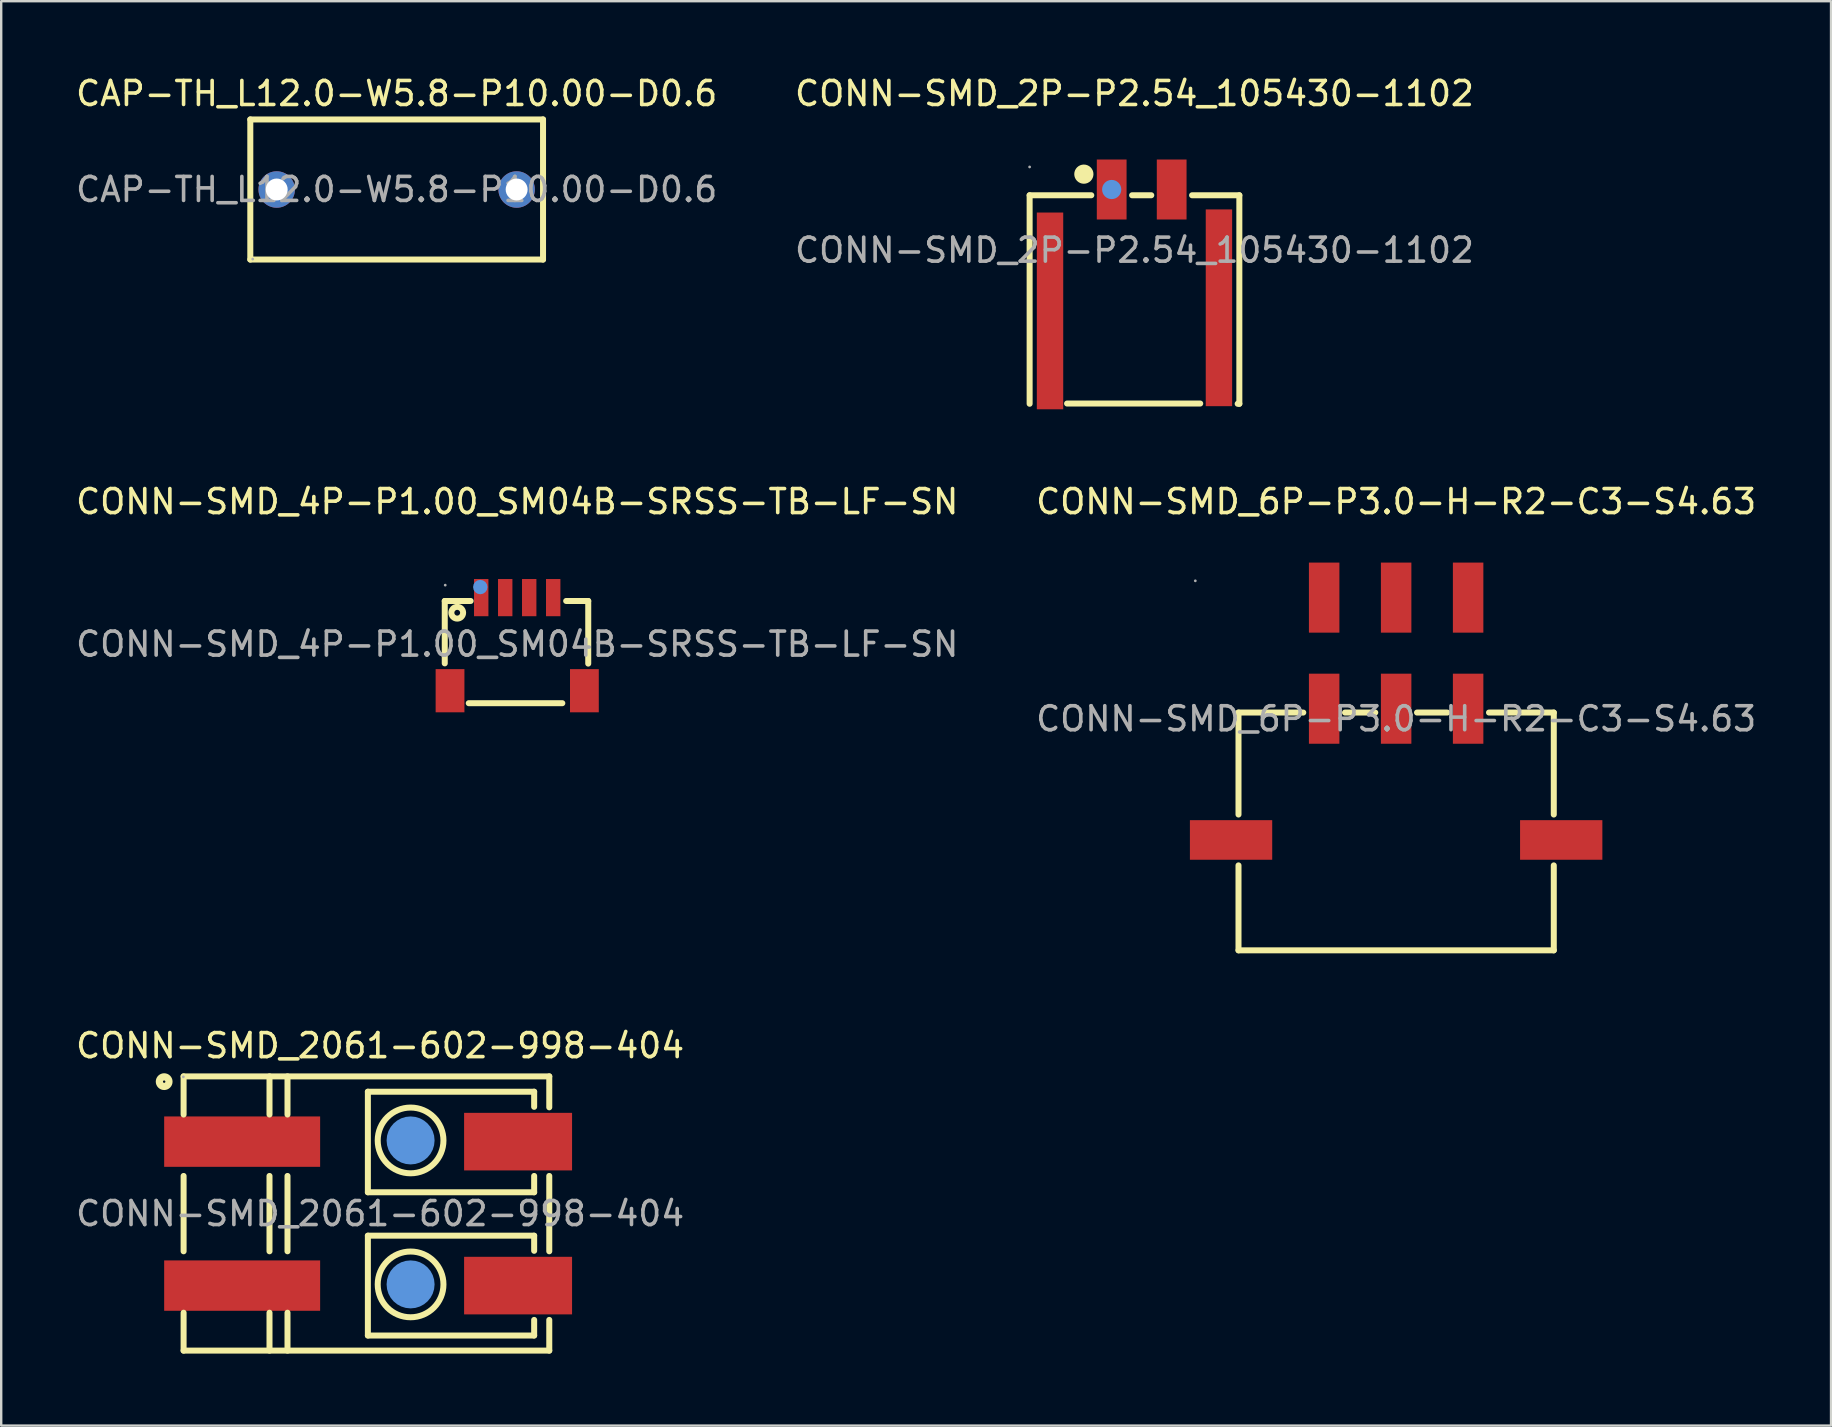
<source format=kicad_pcb>
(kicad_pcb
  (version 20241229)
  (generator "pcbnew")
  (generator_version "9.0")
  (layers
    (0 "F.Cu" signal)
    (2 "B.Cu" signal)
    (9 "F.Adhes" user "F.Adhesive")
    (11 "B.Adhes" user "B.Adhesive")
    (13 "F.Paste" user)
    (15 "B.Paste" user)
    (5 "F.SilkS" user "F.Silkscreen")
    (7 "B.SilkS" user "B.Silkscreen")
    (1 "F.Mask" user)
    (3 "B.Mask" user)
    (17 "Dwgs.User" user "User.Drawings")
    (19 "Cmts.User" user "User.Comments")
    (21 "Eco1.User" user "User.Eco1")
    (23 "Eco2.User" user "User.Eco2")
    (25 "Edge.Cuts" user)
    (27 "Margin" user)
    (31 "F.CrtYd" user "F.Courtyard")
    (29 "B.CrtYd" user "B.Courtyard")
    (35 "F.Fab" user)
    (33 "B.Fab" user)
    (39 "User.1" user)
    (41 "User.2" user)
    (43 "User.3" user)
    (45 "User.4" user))
  (footprint "CONN-SMD_2061-602-998-404"
    (layer "F.Cu")
    (at 12.792 47.53)
    (property "Reference" "CONN-SMD_2061-602-998-404" (at 0 -7 0) (layer "F.SilkS") (effects (font (size 1 1) (thickness 0.15))))
    (attr smd)
    (fp_line (start -8.19 -5.72) (end 7.05 -5.72) (stroke (width 0.25) (type solid)) (layer "F.SilkS"))
    (fp_line (start -8.19 -4.13) (end -8.19 -5.72) (stroke (width 0.25) (type solid)) (layer "F.SilkS"))
    (fp_line (start -8.19 1.57) (end -8.19 -1.57) (stroke (width 0.25) (type solid)) (layer "F.SilkS"))
    (fp_line (start -8.19 5.71) (end -8.19 4.13) (stroke (width 0.25) (type solid)) (layer "F.SilkS"))
    (fp_line (start -4.61 -5.72) (end -4.61 -4.13) (stroke (width 0.25) (type solid)) (layer "F.SilkS"))
    (fp_line (start -4.61 -1.57) (end -4.61 1.57) (stroke (width 0.25) (type solid)) (layer "F.SilkS"))
    (fp_line (start -4.61 4.13) (end -4.61 5.71) (stroke (width 0.25) (type solid)) (layer "F.SilkS"))
    (fp_line (start -3.86 -5.72) (end -3.86 -4.13) (stroke (width 0.25) (type solid)) (layer "F.SilkS"))
    (fp_line (start -3.86 -1.57) (end -3.86 1.57) (stroke (width 0.25) (type solid)) (layer "F.SilkS"))
    (fp_line (start -3.86 4.13) (end -3.86 5.71) (stroke (width 0.25) (type solid)) (layer "F.SilkS"))
    (fp_line (start -0.51 -5.08) (end -0.51 -0.89) (stroke (width 0.25) (type solid)) (layer "F.SilkS"))
    (fp_line (start -0.51 -0.89) (end 6.42 -0.89) (stroke (width 0.25) (type solid)) (layer "F.SilkS"))
    (fp_line (start -0.51 0.92) (end -0.51 5.08) (stroke (width 0.25) (type solid)) (layer "F.SilkS"))
    (fp_line (start -0.51 5.08) (end 6.42 5.08) (stroke (width 0.25) (type solid)) (layer "F.SilkS"))
    (fp_line (start 6.42 -5.08) (end -0.51 -5.08) (stroke (width 0.25) (type solid)) (layer "F.SilkS"))
    (fp_line (start 6.42 -4.45) (end 6.42 -5.08) (stroke (width 0.25) (type solid)) (layer "F.SilkS"))
    (fp_line (start 6.42 -0.89) (end 6.42 -1.57) (stroke (width 0.25) (type solid)) (layer "F.SilkS"))
    (fp_line (start 6.42 0.92) (end -0.51 0.92) (stroke (width 0.25) (type solid)) (layer "F.SilkS"))
    (fp_line (start 6.42 1.55) (end 6.42 0.92) (stroke (width 0.25) (type solid)) (layer "F.SilkS"))
    (fp_line (start 6.42 5.08) (end 6.42 4.43) (stroke (width 0.25) (type solid)) (layer "F.SilkS"))
    (fp_line (start 7.05 -5.72) (end 7.05 -4.43) (stroke (width 0.25) (type solid)) (layer "F.SilkS"))
    (fp_line (start 7.05 -1.57) (end 7.05 1.57) (stroke (width 0.25) (type solid)) (layer "F.SilkS"))
    (fp_line (start 7.05 4.43) (end 7.05 5.71) (stroke (width 0.25) (type solid)) (layer "F.SilkS"))
    (fp_line (start 7.05 5.71) (end -8.19 5.71) (stroke (width 0.25) (type solid)) (layer "F.SilkS"))
    (fp_circle (center -9 -5.5) (end -8.8 -5.5) (stroke (width 0.3) (type solid)) (fill no) (layer "F.SilkS"))
    (fp_circle (center 1.27 -3.05) (end 2.64 -3.05) (stroke (width 0.25) (type solid)) (fill no) (layer "F.SilkS"))
    (fp_circle (center 1.27 2.95) (end 2.64 2.95) (stroke (width 0.25) (type solid)) (fill no) (layer "F.SilkS"))
    (fp_circle (center 1.27 -3.05) (end 1.77 -3.05) (stroke (width 1) (type solid)) (fill no) (layer "Cmts.User"))
    (fp_circle (center 1.27 2.95) (end 1.77 2.95) (stroke (width 1) (type solid)) (fill no) (layer "Cmts.User"))
    (fp_circle (center -8.2 -5.7) (end -8.17 -5.7) (stroke (width 0.06) (type solid)) (fill no) (layer "F.Fab"))
    (fp_text user "${REFERENCE}" (at 0 0 0) (layer "F.Fab") (effects (font (size 1 1) (thickness 0.15))))
    (pad "1" smd rect (at -5.75 -3) (size 6.5 2.1) (layers "F.Cu" "F.Mask" "F.Paste"))
    (pad "2" smd rect (at -5.75 3) (size 6.5 2.1) (layers "F.Cu" "F.Mask" "F.Paste"))
    (pad "3" smd rect (at 5.75 3) (size 4.5 2.4) (layers "F.Cu" "F.Mask" "F.Paste"))
    (pad "4" smd rect (at 5.75 -3) (size 4.5 2.4) (layers "F.Cu" "F.Mask" "F.Paste")))
  (footprint "CONN-SMD_6P-P3.0-H-R2-C3-S4.63"
    (layer "F.Cu")
    (at 55.137 26.907)
    (property "Reference" "CONN-SMD_6P-P3.0-H-R2-C3-S4.63" (at 0 -9.05 0) (layer "F.SilkS") (effects (font (size 1 1) (thickness 0.15))))
    (attr smd)
    (fp_line (start -6.57 -0.26) (end -6.57 3.99) (stroke (width 0.25) (type solid)) (layer "F.SilkS"))
    (fp_line (start -6.57 -0.26) (end -3.87 -0.26) (stroke (width 0.25) (type solid)) (layer "F.SilkS"))
    (fp_line (start -6.57 6.11) (end -6.57 9.65) (stroke (width 0.25) (type solid)) (layer "F.SilkS"))
    (fp_line (start -2.13 -0.26) (end -0.87 -0.26) (stroke (width 0.25) (type solid)) (layer "F.SilkS"))
    (fp_line (start 0.87 -0.26) (end 2.13 -0.26) (stroke (width 0.25) (type solid)) (layer "F.SilkS"))
    (fp_line (start 3.87 -0.26) (end 6.57 -0.26) (stroke (width 0.25) (type solid)) (layer "F.SilkS"))
    (fp_line (start 6.57 -0.26) (end 6.57 3.99) (stroke (width 0.25) (type solid)) (layer "F.SilkS"))
    (fp_line (start 6.57 6.11) (end 6.57 9.65) (stroke (width 0.25) (type solid)) (layer "F.SilkS"))
    (fp_line (start 6.57 9.65) (end -6.57 9.65) (stroke (width 0.25) (type solid)) (layer "F.SilkS"))
    (fp_circle (center -8.37 -5.75) (end -8.34 -5.75) (stroke (width 0.06) (type solid)) (fill no) (layer "F.Fab"))
    (fp_text user "${REFERENCE}" (at 0 0 0) (layer "F.Fab") (effects (font (size 1 1) (thickness 0.15))))
    (pad "1" smd rect (at 3 -0.42) (size 1.27 2.92) (layers "F.Cu" "F.Mask" "F.Paste"))
    (pad "2" smd rect (at 0 -0.42) (size 1.27 2.92) (layers "F.Cu" "F.Mask" "F.Paste"))
    (pad "3" smd rect (at -3 -0.42) (size 1.27 2.92) (layers "F.Cu" "F.Mask" "F.Paste"))
    (pad "4" smd rect (at 3 -5.05) (size 1.27 2.92) (layers "F.Cu" "F.Mask" "F.Paste"))
    (pad "5" smd rect (at 0 -5.05) (size 1.27 2.92) (layers "F.Cu" "F.Mask" "F.Paste"))
    (pad "6" smd rect (at -3 -5.05) (size 1.27 2.92) (layers "F.Cu" "F.Mask" "F.Paste"))
    (pad "7" smd rect (at -6.88 5.05) (size 3.43 1.65) (layers "F.Cu" "F.Mask" "F.Paste"))
    (pad "8" smd rect (at 6.88 5.05) (size 3.43 1.65) (layers "F.Cu" "F.Mask" "F.Paste")))
  (footprint "CONN-SMD_2P-P2.54_105430-1102"
    (layer "F.Cu")
    (at 44.232 7.378)
    (property "Reference" "CONN-SMD_2P-P2.54_105430-1102" (at 0 -6.53 0) (layer "F.SilkS") (effects (font (size 1 1) (thickness 0.15))))
    (attr through_hole)
    (fp_line (start -4.37 -2.29) (end -4.37 6.4) (stroke (width 0.25) (type solid)) (layer "F.SilkS"))
    (fp_line (start -2.81 6.39) (end 2.74 6.39) (stroke (width 0.25) (type solid)) (layer "F.SilkS"))
    (fp_line (start -1.8 -2.29) (end -4.37 -2.29) (stroke (width 0.25) (type solid)) (layer "F.SilkS"))
    (fp_line (start 0.7 -2.29) (end -0.1 -2.29) (stroke (width 0.25) (type solid)) (layer "F.SilkS"))
    (fp_line (start 4.37 -2.29) (end 2.4 -2.29) (stroke (width 0.25) (type solid)) (layer "F.SilkS"))
    (fp_line (start 4.37 -2.29) (end 4.37 6.4) (stroke (width 0.25) (type solid)) (layer "F.SilkS"))
    (fp_line (start 4.37 6.4) (end 4.3 6.4) (stroke (width 0.25) (type solid)) (layer "F.SilkS"))
    (fp_circle (center -2.11 -3.17) (end -1.91 -3.17) (stroke (width 0.4) (type solid)) (fill no) (layer "F.SilkS"))
    (fp_circle (center -0.95 -2.53) (end -0.75 -2.53) (stroke (width 0.4) (type solid)) (fill no) (layer "Cmts.User"))
    (fp_circle (center -4.37 -3.47) (end -4.34 -3.47) (stroke (width 0.06) (type solid)) (fill no) (layer "F.Fab"))
    (fp_text user "${REFERENCE}" (at 0 0 0) (layer "F.Fab") (effects (font (size 1 1) (thickness 0.15))))
    (pad "1" smd rect (at -0.95 -2.53) (size 1.24 2.5) (layers "F.Cu" "F.Mask" "F.Paste"))
    (pad "2" smd rect (at 1.55 -2.53) (size 1.24 2.5) (layers "F.Cu" "F.Mask" "F.Paste"))
    (pad "3" smd rect (at -3.52 2.53) (size 1.1 8.2) (layers "F.Cu" "F.Mask" "F.Paste"))
    (pad "4" smd rect (at 3.52 2.4) (size 1.1 8.2) (layers "F.Cu" "F.Mask" "F.Paste")))
  (footprint "CAP-TH_L12.0-W5.8-P10.00-D0.6"
    (layer "F.Cu")
    (at 13.482 4.848)
    (property "Reference" "CAP-TH_L12.0-W5.8-P10.00-D0.6" (at 0 -4 0) (layer "F.SilkS") (effects (font (size 1 1) (thickness 0.15))))
    (attr through_hole)
    (fp_line (start -6.1 -2.92) (end 6.1 -2.92) (stroke (width 0.25) (type solid)) (layer "F.SilkS"))
    (fp_line (start -6.1 2.92) (end -6.1 -2.92) (stroke (width 0.25) (type solid)) (layer "F.SilkS"))
    (fp_line (start 6.1 -2.92) (end 6.1 2.92) (stroke (width 0.25) (type solid)) (layer "F.SilkS"))
    (fp_line (start 6.1 2.92) (end -6.1 2.92) (stroke (width 0.25) (type solid)) (layer "F.SilkS"))
    (fp_circle (center -6 2.9) (end -5.97 2.9) (stroke (width 0.06) (type solid)) (fill no) (layer "F.Fab"))
    (fp_circle (center -5 0) (end -4.85 0) (stroke (width 0.3) (type solid)) (fill no) (layer "F.Fab"))
    (fp_circle (center 5 0) (end 5.15 0) (stroke (width 0.3) (type solid)) (fill no) (layer "F.Fab"))
    (fp_text user "${REFERENCE}" (at 0 0 0) (layer "F.Fab") (effects (font (size 1 1) (thickness 0.15))))
    (pad "1" thru_hole circle (at -5 0) (size 1.52 1.52) (drill 0.914) (layers "*.Cu" "*.Mask"))
    (pad "2" thru_hole circle (at 5 0) (size 1.52 1.52) (drill 0.914) (layers "*.Cu" "*.Mask")))
  (footprint "CONN-SMD_4P-P1.00_SM04B-SRSS-TB-LF-SN"
    (layer "F.Cu")
    (at 18.506 23.797)
    (property "Reference" "CONN-SMD_4P-P1.00_SM04B-SRSS-TB-LF-SN" (at 0 -5.94 0) (layer "F.SilkS") (effects (font (size 1 1) (thickness 0.15))))
    (attr smd)
    (fp_line (start -3.02 -1.8) (end -3.02 0.8) (stroke (width 0.25) (type solid)) (layer "F.SilkS"))
    (fp_line (start -2.02 2.46) (end 1.88 2.46) (stroke (width 0.25) (type solid)) (layer "F.SilkS"))
    (fp_line (start -1.94 -1.8) (end -3.02 -1.8) (stroke (width 0.25) (type solid)) (layer "F.SilkS"))
    (fp_line (start 2.04 -1.8) (end 2.96 -1.8) (stroke (width 0.25) (type solid)) (layer "F.SilkS"))
    (fp_line (start 2.96 -1.8) (end 2.96 0.81) (stroke (width 0.25) (type solid)) (layer "F.SilkS"))
    (fp_circle (center -2.5 -1.31) (end -2.38 -1.31) (stroke (width 0.25) (type solid)) (fill no) (layer "F.SilkS"))
    (fp_circle (center -1.54 -2.38) (end -1.39 -2.38) (stroke (width 0.3) (type solid)) (fill no) (layer "Cmts.User"))
    (fp_circle (center -3 -2.46) (end -2.97 -2.46) (stroke (width 0.06) (type solid)) (fill no) (layer "F.Fab"))
    (fp_text user "${REFERENCE}" (at 0 0 0) (layer "F.Fab") (effects (font (size 1 1) (thickness 0.15))))
    (pad "1" smd rect (at -1.5 -1.94) (size 0.6 1.55) (layers "F.Cu" "F.Mask" "F.Paste"))
    (pad "2" smd rect (at -0.5 -1.94) (size 0.6 1.55) (layers "F.Cu" "F.Mask" "F.Paste"))
    (pad "3" smd rect (at 0.5 -1.94) (size 0.6 1.55) (layers "F.Cu" "F.Mask" "F.Paste"))
    (pad "4" smd rect (at 1.5 -1.94) (size 0.6 1.55) (layers "F.Cu" "F.Mask" "F.Paste"))
    (pad "5" smd rect (at 2.8 1.94) (size 1.2 1.8) (layers "F.Cu" "F.Mask" "F.Paste"))
    (pad "6" smd rect (at -2.8 1.94) (size 1.2 1.8) (layers "F.Cu" "F.Mask" "F.Paste")))
  (gr_rect
    (start -3 -3)
    (end 73.262 56.365)
    (stroke (width 0.1) (type default))
    (fill no)
    (layer "Edge.Cuts")))
</source>
